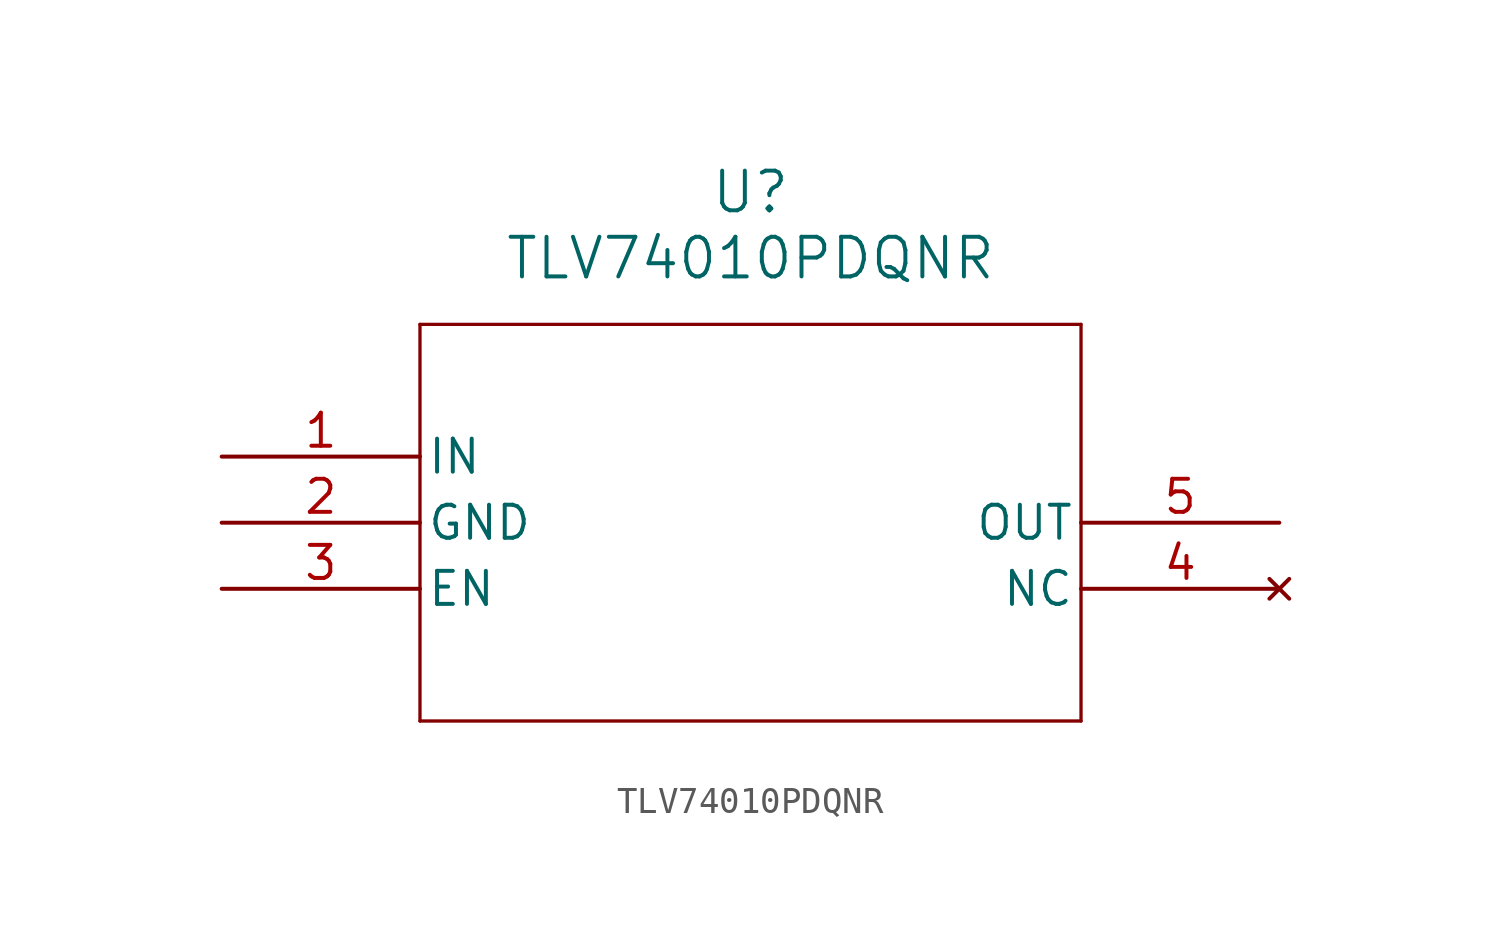
<source format=kicad_sym>
(kicad_symbol_lib
  (version 20211014)
  (generator kicad_symbol_editor)
  (symbol "TLV74010PDQNR"
    (pin_names
      (offset 0.254))
    (property "Reference" "U"
      (at 20.32 10.16 0)
      (effects (font (size 1.524 1.524))))
    (property "Value" "TLV74010PDQNR"
      (at 20.32 7.62 0)
      (effects (font (size 1.524 1.524))))
    (symbol "TLV74010PDQNR_0_1"
      (polyline (pts (xy 7.62 5.08) (xy 7.62 -10.16)) (stroke (width 0.127) (type default) (color 0 0 0 0)) (fill (type none)))
      (polyline (pts (xy 7.62 -10.16) (xy 33.02 -10.16)) (stroke (width 0.127) (type default) (color 0 0 0 0)) (fill (type none)))
      (polyline (pts (xy 33.02 -10.16) (xy 33.02 5.08)) (stroke (width 0.127) (type default) (color 0 0 0 0)) (fill (type none)))
      (polyline (pts (xy 33.02 5.08) (xy 7.62 5.08)) (stroke (width 0.127) (type default) (color 0 0 0 0)) (fill (type none)))
      (pin input line (at 0 0 0) (length 7.62) (name "IN" (effects (font (size 1.27 1.27)))) (number "1" (effects (font (size 1.27 1.27)))))
      (pin power_out line (at 0 -2.54 0) (length 7.62) (name "GND" (effects (font (size 1.27 1.27)))) (number "2" (effects (font (size 1.27 1.27)))))
      (pin unspecified line (at 0 -5.08 0) (length 7.62) (name "EN" (effects (font (size 1.27 1.27)))) (number "3" (effects (font (size 1.27 1.27)))))
      (pin no_connect line (at 40.64 -5.08 180) (length 7.62) (name "NC" (effects (font (size 1.27 1.27)))) (number "4" (effects (font (size 1.27 1.27)))))
      (pin output line (at 40.64 -2.54 180) (length 7.62) (name "OUT" (effects (font (size 1.27 1.27)))) (number "5" (effects (font (size 1.27 1.27))))))))
</source>
